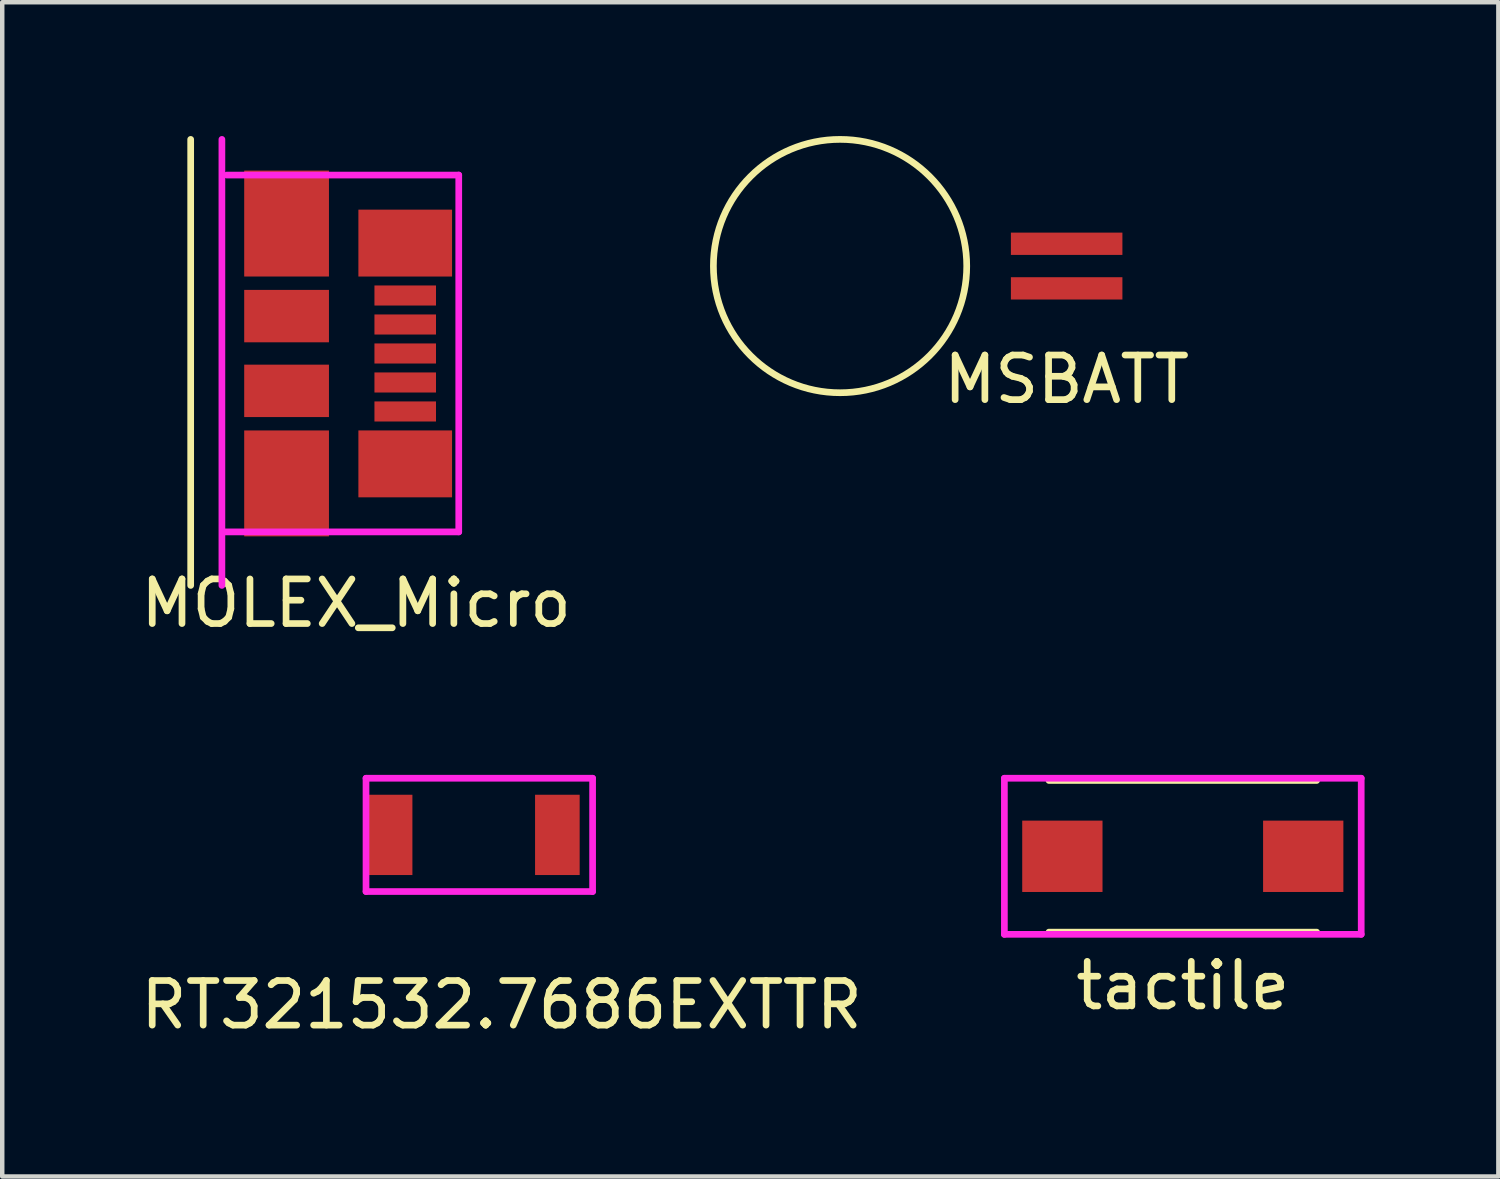
<source format=kicad_pcb>
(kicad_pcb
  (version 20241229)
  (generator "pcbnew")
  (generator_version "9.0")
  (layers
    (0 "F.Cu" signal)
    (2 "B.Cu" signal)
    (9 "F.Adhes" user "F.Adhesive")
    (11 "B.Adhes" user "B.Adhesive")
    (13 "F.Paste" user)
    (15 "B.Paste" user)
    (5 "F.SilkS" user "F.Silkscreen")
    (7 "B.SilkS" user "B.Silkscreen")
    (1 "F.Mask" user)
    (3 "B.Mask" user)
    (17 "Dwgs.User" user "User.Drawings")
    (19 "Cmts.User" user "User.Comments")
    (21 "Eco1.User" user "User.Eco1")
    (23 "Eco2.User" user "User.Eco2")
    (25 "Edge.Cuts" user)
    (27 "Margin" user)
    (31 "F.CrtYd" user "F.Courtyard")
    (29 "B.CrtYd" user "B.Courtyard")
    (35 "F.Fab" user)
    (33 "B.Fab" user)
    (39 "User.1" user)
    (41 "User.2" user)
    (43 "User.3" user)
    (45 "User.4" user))
  (footprint "tactile"
    (layer "F.Cu")
    (at 23.468 16.148)
    (property "Reference" "tactile" (at 0 2.9 0) (layer "F.SilkS") (effects (font (size 1 1) (thickness 0.15))))
    (attr through_hole)
    (fp_line (start -3 -1.7) (end 3 -1.7) (stroke (width 0.15) (type solid)) (layer "F.SilkS"))
    (fp_line (start -3 1.7) (end 3 1.7) (stroke (width 0.15) (type solid)) (layer "F.SilkS"))
    (fp_line (start -4 -1.75) (end -4 1.75) (stroke (width 0.15) (type solid)) (layer "F.CrtYd"))
    (fp_line (start -4 -1.75) (end 4 -1.75) (stroke (width 0.15) (type solid)) (layer "F.CrtYd"))
    (fp_line (start -4 1.75) (end 4 1.75) (stroke (width 0.15) (type solid)) (layer "F.CrtYd"))
    (fp_line (start 4 -1.75) (end 4 1.75) (stroke (width 0.15) (type solid)) (layer "F.CrtYd"))
    (pad "1" smd rect (at -2.7 0) (size 1.8 1.6) (layers "F.Cu" "F.Mask" "F.Paste"))
    (pad "2" smd rect (at 2.7 0) (size 1.8 1.6) (layers "F.Cu" "F.Mask" "F.Paste")))
  (footprint "RT321532.7686EXTTR"
    (layer "F.Cu")
    (at 8.196 15.668)
    (property "Reference" "RT321532.7686EXTTR" (at 0 3.81 0) (layer "F.SilkS") (effects (font (size 1 1) (thickness 0.15))))
    (attr through_hole)
    (fp_line (start -3.04 -1.27) (end -3.04 1.27) (stroke (width 0.15) (type solid)) (layer "F.CrtYd"))
    (fp_line (start -3.04 1.27) (end 2.04 1.27) (stroke (width 0.15) (type solid)) (layer "F.CrtYd"))
    (fp_line (start 2.04 -1.27) (end -3.04 -1.27) (stroke (width 0.15) (type solid)) (layer "F.CrtYd"))
    (fp_line (start 2.04 1.27) (end 2.04 -1.27) (stroke (width 0.15) (type solid)) (layer "F.CrtYd"))
    (pad "1" smd rect (at -2.5 0) (size 1 1.8) (layers "F.Cu" "F.Mask" "F.Paste"))
    (pad "2" smd rect (at 1.25 0) (size 1 1.8) (layers "F.Cu" "F.Mask" "F.Paste")))
  (footprint "MOLEX_Micro"
    (layer "F.Cu")
    (at 6.035 4.875)
    (property "Reference" "MOLEX_Micro" (at -1.1 5.6 0) (layer "F.SilkS") (effects (font (size 1 1) (thickness 0.15))))
    (attr through_hole)
    (fp_line (start -4.81 -4.8) (end -4.81 5.2) (stroke (width 0.15) (type solid)) (layer "F.SilkS"))
    (fp_line (start -4.11 -4.8) (end -4.11 5.2) (stroke (width 0.15) (type solid)) (layer "F.CrtYd"))
    (fp_line (start -4.1 4) (end 1.2 4) (stroke (width 0.15) (type solid)) (layer "F.CrtYd"))
    (fp_line (start -4 -4) (end 1.2 -4) (stroke (width 0.15) (type solid)) (layer "F.CrtYd"))
    (fp_line (start 1.2 -4) (end 1.2 4) (stroke (width 0.15) (type solid)) (layer "F.CrtYd"))
    (pad "" smd rect (at 0 -2.475) (size 2.1 1.5) (layers "F.Cu" "F.Mask" "F.Paste"))
    (pad "" smd rect (at 0 2.475) (size 2.1 1.5) (layers "F.Cu" "F.Mask" "F.Paste"))
    (pad "1" smd rect (at 0 -1.3) (size 1.38 0.45) (layers "F.Cu" "F.Mask" "F.Paste"))
    (pad "2" smd rect (at 0 -0.65) (size 1.38 0.45) (layers "F.Cu" "F.Mask" "F.Paste"))
    (pad "3" smd rect (at 0 0) (size 1.38 0.45) (layers "F.Cu" "F.Mask" "F.Paste"))
    (pad "4" smd rect (at 0 0.65) (size 1.38 0.45) (layers "F.Cu" "F.Mask" "F.Paste"))
    (pad "5" smd rect (at 0 1.3) (size 1.38 0.45) (layers "F.Cu" "F.Mask" "F.Paste"))
    (pad "9" smd rect (at -2.66 -2.913) (size 1.9 2.375) (layers "F.Cu" "F.Mask" "F.Paste"))
    (pad "9" smd rect (at -2.66 -0.838) (size 1.9 1.175) (layers "F.Cu" "F.Mask" "F.Paste"))
    (pad "9" smd rect (at -2.66 0.838) (size 1.9 1.175) (layers "F.Cu" "F.Mask" "F.Paste"))
    (pad "9" smd rect (at -2.66 2.913) (size 1.9 2.375) (layers "F.Cu" "F.Mask" "F.Paste")))
  (footprint "MSBATT"
    (layer "F.Cu")
    (at 20.864 2.915)
    (property "Reference" "MSBATT" (at 0 2.54 0) (layer "F.SilkS") (effects (font (size 1 1) (thickness 0.15))))
    (attr through_hole)
    (fp_circle (center -5.08 0) (end -2.54 1.27) (stroke (width 0.15) (type solid)) (fill no) (layer "F.SilkS"))
    (pad "1" smd rect (at 0 -0.5) (size 2.5 0.5) (layers "F.Cu" "F.Mask" "F.Paste"))
    (pad "2" smd rect (at 0 0.5) (size 2.5 0.5) (layers "F.Cu" "F.Mask" "F.Paste")))
  (gr_rect
    (start -3 -3)
    (end 30.543 23.326)
    (stroke (width 0.1) (type default))
    (fill no)
    (layer "Edge.Cuts")))
</source>
